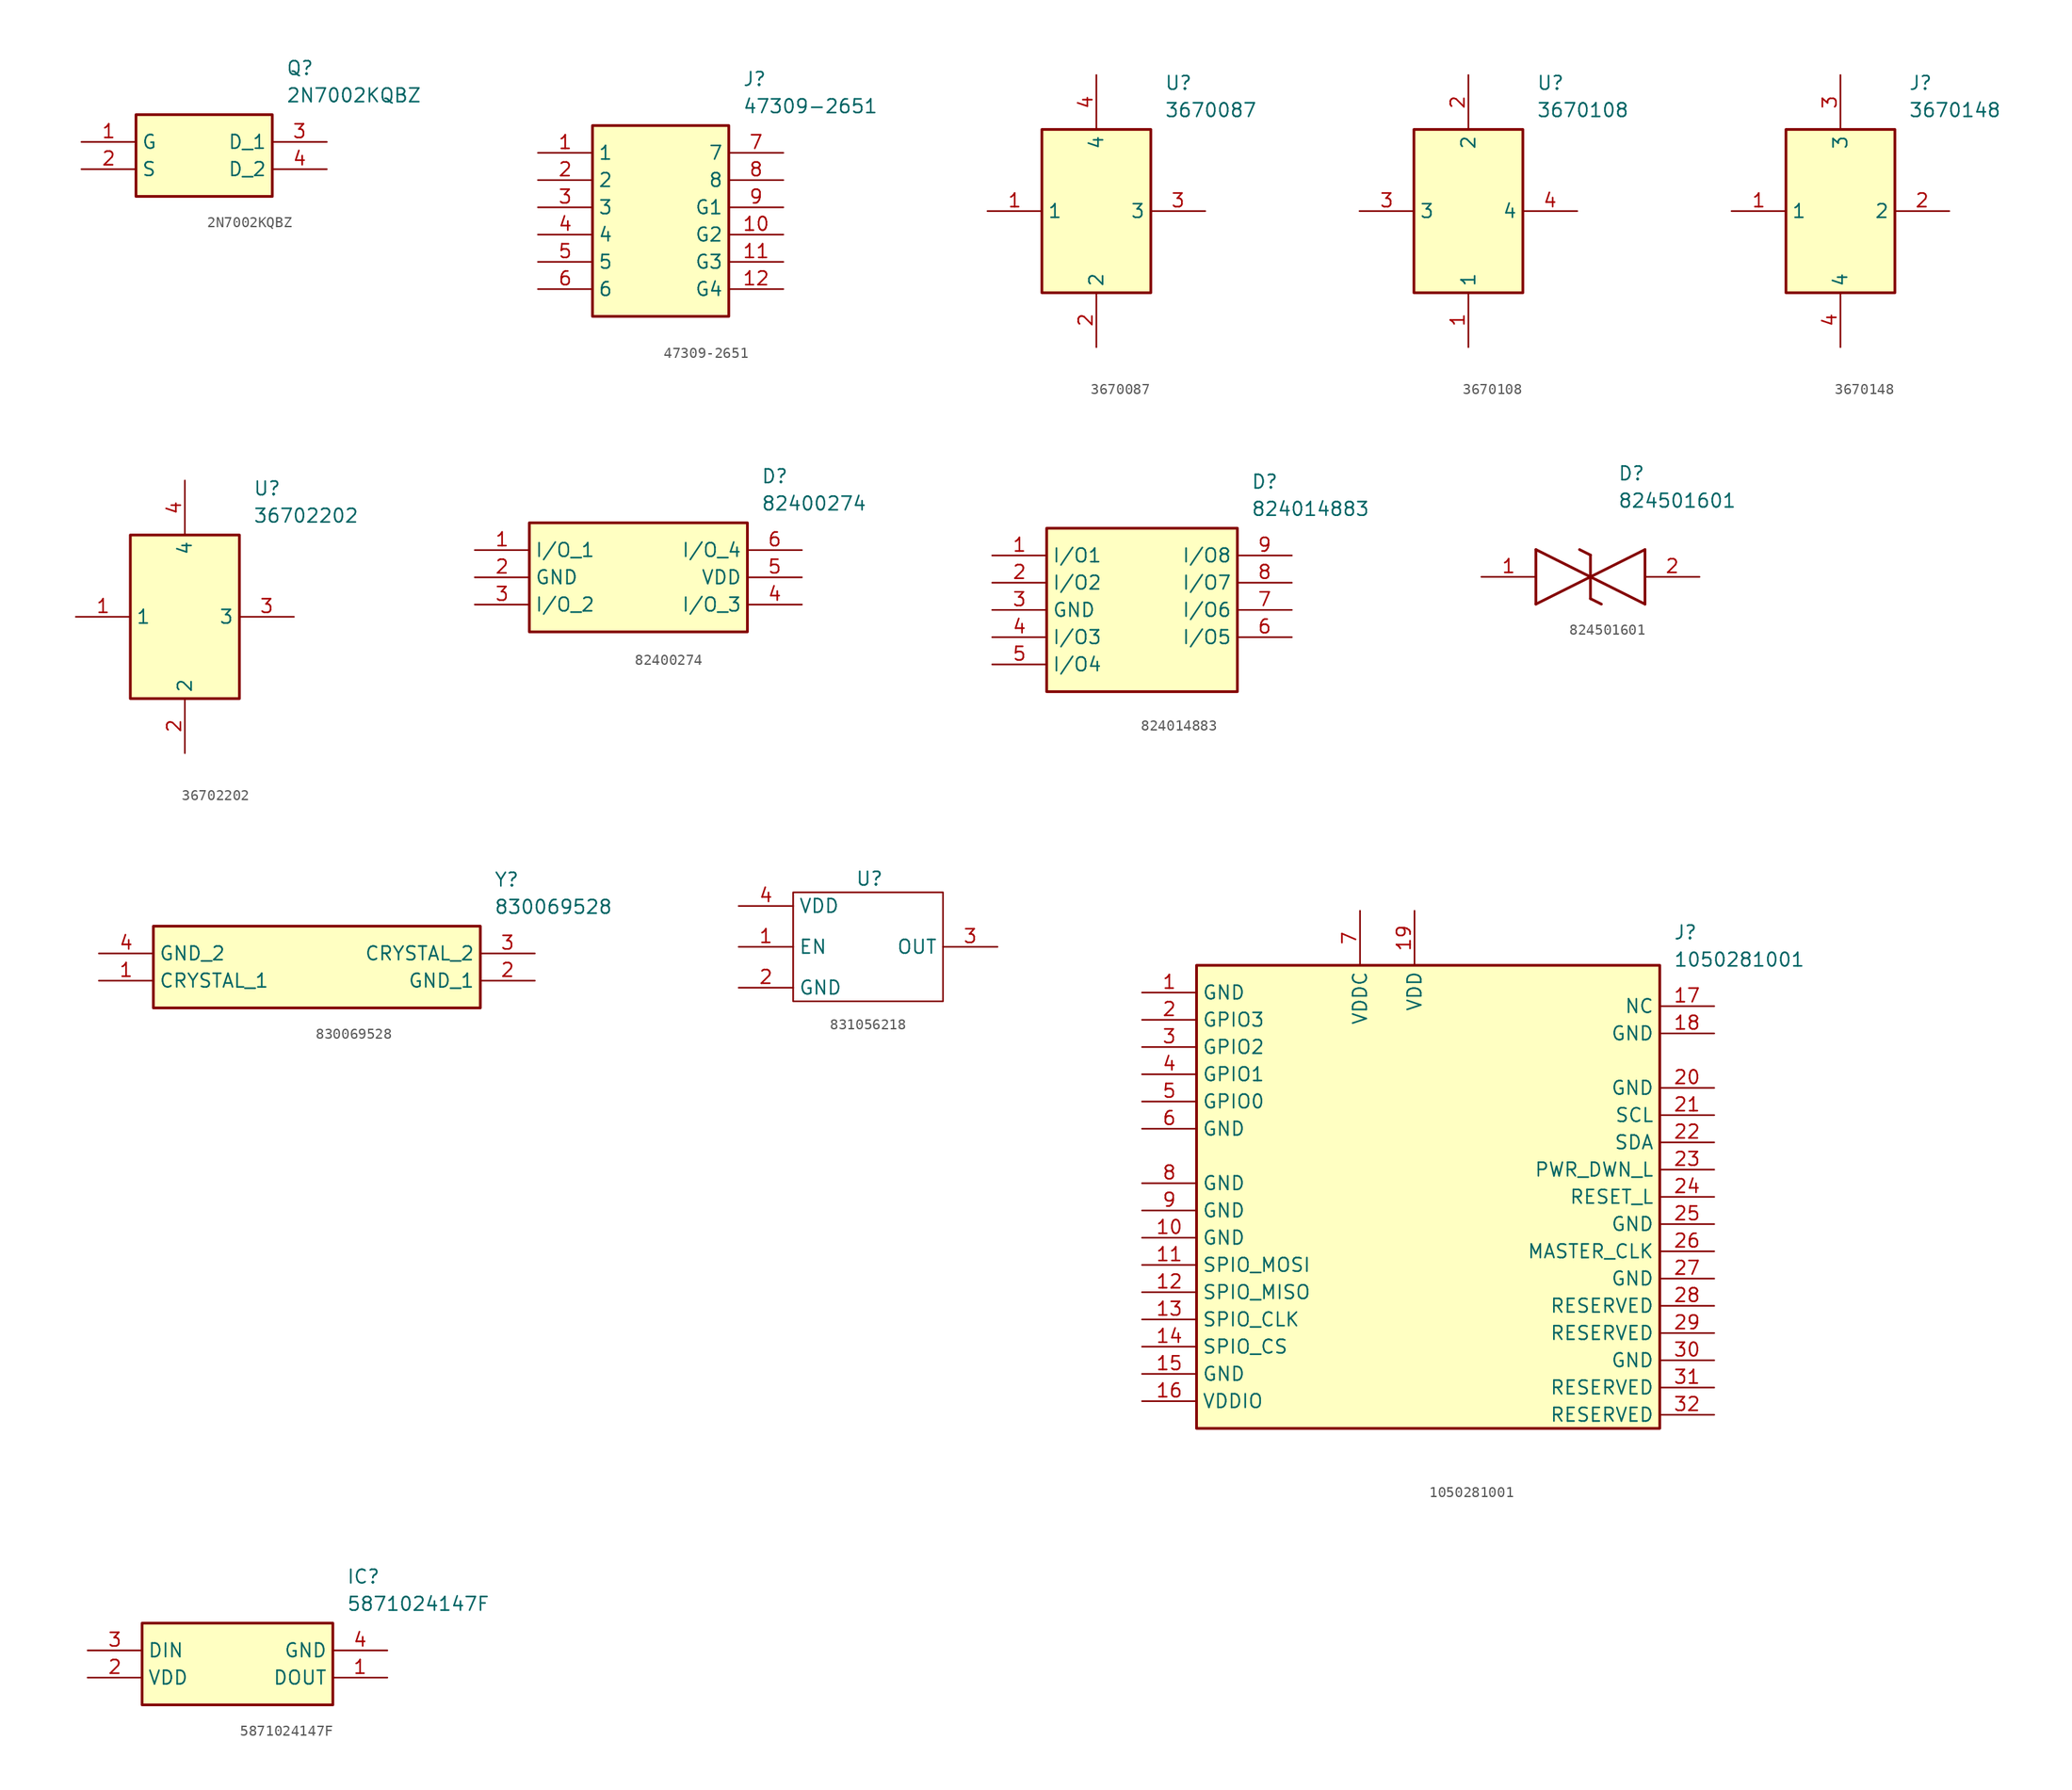
<source format=kicad_sym>
(kicad_symbol_lib
  (version 20241209)
  (generator "kicad_symbol_editor")
  (generator_version "9.0")
  (symbol "2N7002KQBZ"
    (property "Reference" "Q"
      (at 19.05 7.62 0)
      (effects (font (size 1.27 1.27)) (justify left top)))
    (property "Value" "2N7002KQBZ"
      (at 19.05 5.08 0)
      (effects (font (size 1.27 1.27)) (justify left top)))
    (symbol "2N7002KQBZ_1_1"
      (rectangle (start 5.08 2.54) (end 17.78 -5.08) (stroke (width 0.254) (type default)) (fill (type background)))
      (pin passive line (at 0 0 0) (length 5.08) (name "G" (effects (font (size 1.27 1.27)))) (number "1" (effects (font (size 1.27 1.27)))))
      (pin passive line (at 0 -2.54 0) (length 5.08) (name "S" (effects (font (size 1.27 1.27)))) (number "2" (effects (font (size 1.27 1.27)))))
      (pin passive line (at 22.86 0 180) (length 5.08) (name "D_1" (effects (font (size 1.27 1.27)))) (number "3" (effects (font (size 1.27 1.27)))))
      (pin passive line (at 22.86 -2.54 180) (length 5.08) (name "D_2" (effects (font (size 1.27 1.27)))) (number "4" (effects (font (size 1.27 1.27)))))))
  (symbol "47309-2651"
    (property "Reference" "J"
      (at 19.05 7.62 0)
      (effects (font (size 1.27 1.27)) (justify left top)))
    (property "Value" "47309-2651"
      (at 19.05 5.08 0)
      (effects (font (size 1.27 1.27)) (justify left top)))
    (symbol "47309-2651_1_1"
      (rectangle (start 5.08 2.54) (end 17.78 -15.24) (stroke (width 0.254) (type default)) (fill (type background)))
      (pin passive line (at 0 0 0) (length 5.08) (name "1" (effects (font (size 1.27 1.27)))) (number "1" (effects (font (size 1.27 1.27)))))
      (pin passive line (at 0 -2.54 0) (length 5.08) (name "2" (effects (font (size 1.27 1.27)))) (number "2" (effects (font (size 1.27 1.27)))))
      (pin passive line (at 0 -5.08 0) (length 5.08) (name "3" (effects (font (size 1.27 1.27)))) (number "3" (effects (font (size 1.27 1.27)))))
      (pin passive line (at 0 -7.62 0) (length 5.08) (name "4" (effects (font (size 1.27 1.27)))) (number "4" (effects (font (size 1.27 1.27)))))
      (pin passive line (at 0 -10.16 0) (length 5.08) (name "5" (effects (font (size 1.27 1.27)))) (number "5" (effects (font (size 1.27 1.27)))))
      (pin passive line (at 0 -12.7 0) (length 5.08) (name "6" (effects (font (size 1.27 1.27)))) (number "6" (effects (font (size 1.27 1.27)))))
      (pin passive line (at 22.86 0 180) (length 5.08) (name "7" (effects (font (size 1.27 1.27)))) (number "7" (effects (font (size 1.27 1.27)))))
      (pin passive line (at 22.86 -2.54 180) (length 5.08) (name "8" (effects (font (size 1.27 1.27)))) (number "8" (effects (font (size 1.27 1.27)))))
      (pin passive line (at 22.86 -5.08 180) (length 5.08) (name "G1" (effects (font (size 1.27 1.27)))) (number "9" (effects (font (size 1.27 1.27)))))
      (pin passive line (at 22.86 -7.62 180) (length 5.08) (name "G2" (effects (font (size 1.27 1.27)))) (number "10" (effects (font (size 1.27 1.27)))))
      (pin passive line (at 22.86 -10.16 180) (length 5.08) (name "G3" (effects (font (size 1.27 1.27)))) (number "11" (effects (font (size 1.27 1.27)))))
      (pin passive line (at 22.86 -12.7 180) (length 5.08) (name "G4" (effects (font (size 1.27 1.27)))) (number "12" (effects (font (size 1.27 1.27)))))))
  (symbol "3670087"
    (property "Reference" "U"
      (at 16.51 12.7 0)
      (effects (font (size 1.27 1.27)) (justify left top)))
    (property "Value" "3670087"
      (at 16.51 10.16 0)
      (effects (font (size 1.27 1.27)) (justify left top)))
    (symbol "3670087_1_1"
      (rectangle (start 5.08 7.62) (end 15.24 -7.62) (stroke (width 0.254) (type default)) (fill (type background)))
      (pin passive line (at 0 0 0) (length 5.08) (name "1" (effects (font (size 1.27 1.27)))) (number "1" (effects (font (size 1.27 1.27)))))
      (pin passive line (at 10.16 12.7 270) (length 5.08) (name "4" (effects (font (size 1.27 1.27)))) (number "4" (effects (font (size 1.27 1.27)))))
      (pin passive line (at 10.16 -12.7 90) (length 5.08) (name "2" (effects (font (size 1.27 1.27)))) (number "2" (effects (font (size 1.27 1.27)))))
      (pin passive line (at 20.32 0 180) (length 5.08) (name "3" (effects (font (size 1.27 1.27)))) (number "3" (effects (font (size 1.27 1.27)))))))
  (symbol "3670108"
    (property "Reference" "U"
      (at 16.51 12.7 0)
      (effects (font (size 1.27 1.27)) (justify left top)))
    (property "Value" "3670108"
      (at 16.51 10.16 0)
      (effects (font (size 1.27 1.27)) (justify left top)))
    (symbol "3670108_1_1"
      (rectangle (start 5.08 7.62) (end 15.24 -7.62) (stroke (width 0.254) (type default)) (fill (type background)))
      (pin passive line (at 0 0 0) (length 5.08) (name "3" (effects (font (size 1.27 1.27)))) (number "3" (effects (font (size 1.27 1.27)))))
      (pin passive line (at 10.16 12.7 270) (length 5.08) (name "2" (effects (font (size 1.27 1.27)))) (number "2" (effects (font (size 1.27 1.27)))))
      (pin passive line (at 10.16 -12.7 90) (length 5.08) (name "1" (effects (font (size 1.27 1.27)))) (number "1" (effects (font (size 1.27 1.27)))))
      (pin passive line (at 20.32 0 180) (length 5.08) (name "4" (effects (font (size 1.27 1.27)))) (number "4" (effects (font (size 1.27 1.27)))))))
  (symbol "3670148"
    (property "Reference" "J"
      (at 16.51 12.7 0)
      (effects (font (size 1.27 1.27)) (justify left top)))
    (property "Value" "3670148"
      (at 16.51 10.16 0)
      (effects (font (size 1.27 1.27)) (justify left top)))
    (symbol "3670148_1_1"
      (rectangle (start 5.08 7.62) (end 15.24 -7.62) (stroke (width 0.254) (type default)) (fill (type background)))
      (pin passive line (at 0 0 0) (length 5.08) (name "1" (effects (font (size 1.27 1.27)))) (number "1" (effects (font (size 1.27 1.27)))))
      (pin passive line (at 10.16 12.7 270) (length 5.08) (name "3" (effects (font (size 1.27 1.27)))) (number "3" (effects (font (size 1.27 1.27)))))
      (pin passive line (at 10.16 -12.7 90) (length 5.08) (name "4" (effects (font (size 1.27 1.27)))) (number "4" (effects (font (size 1.27 1.27)))))
      (pin passive line (at 20.32 0 180) (length 5.08) (name "2" (effects (font (size 1.27 1.27)))) (number "2" (effects (font (size 1.27 1.27)))))))
  (symbol "36702202"
    (property "Reference" "U"
      (at 16.51 12.7 0)
      (effects (font (size 1.27 1.27)) (justify left top)))
    (property "Value" "36702202"
      (at 16.51 10.16 0)
      (effects (font (size 1.27 1.27)) (justify left top)))
    (symbol "36702202_1_1"
      (rectangle (start 5.08 7.62) (end 15.24 -7.62) (stroke (width 0.254) (type default)) (fill (type background)))
      (pin passive line (at 0 0 0) (length 5.08) (name "1" (effects (font (size 1.27 1.27)))) (number "1" (effects (font (size 1.27 1.27)))))
      (pin passive line (at 10.16 12.7 270) (length 5.08) (name "4" (effects (font (size 1.27 1.27)))) (number "4" (effects (font (size 1.27 1.27)))))
      (pin passive line (at 10.16 -12.7 90) (length 5.08) (name "2" (effects (font (size 1.27 1.27)))) (number "2" (effects (font (size 1.27 1.27)))))
      (pin passive line (at 20.32 0 180) (length 5.08) (name "3" (effects (font (size 1.27 1.27)))) (number "3" (effects (font (size 1.27 1.27)))))))
  (symbol "82400274"
    (property "Reference" "D"
      (at 26.67 7.62 0)
      (effects (font (size 1.27 1.27)) (justify left top)))
    (property "Value" "82400274"
      (at 26.67 5.08 0)
      (effects (font (size 1.27 1.27)) (justify left top)))
    (symbol "82400274_1_1"
      (rectangle (start 5.08 2.54) (end 25.4 -7.62) (stroke (width 0.254) (type default)) (fill (type background)))
      (pin passive line (at 0 0 0) (length 5.08) (name "I/O_1" (effects (font (size 1.27 1.27)))) (number "1" (effects (font (size 1.27 1.27)))))
      (pin passive line (at 0 -2.54 0) (length 5.08) (name "GND" (effects (font (size 1.27 1.27)))) (number "2" (effects (font (size 1.27 1.27)))))
      (pin passive line (at 0 -5.08 0) (length 5.08) (name "I/O_2" (effects (font (size 1.27 1.27)))) (number "3" (effects (font (size 1.27 1.27)))))
      (pin passive line (at 30.48 0 180) (length 5.08) (name "I/O_4" (effects (font (size 1.27 1.27)))) (number "6" (effects (font (size 1.27 1.27)))))
      (pin passive line (at 30.48 -2.54 180) (length 5.08) (name "VDD" (effects (font (size 1.27 1.27)))) (number "5" (effects (font (size 1.27 1.27)))))
      (pin passive line (at 30.48 -5.08 180) (length 5.08) (name "I/O_3" (effects (font (size 1.27 1.27)))) (number "4" (effects (font (size 1.27 1.27)))))))
  (symbol "824014883"
    (property "Reference" "D"
      (at 24.13 7.62 0)
      (effects (font (size 1.27 1.27)) (justify left top)))
    (property "Value" "824014883"
      (at 24.13 5.08 0)
      (effects (font (size 1.27 1.27)) (justify left top)))
    (symbol "824014883_1_1"
      (rectangle (start 5.08 2.54) (end 22.86 -12.7) (stroke (width 0.254) (type default)) (fill (type background)))
      (pin passive line (at 0 0 0) (length 5.08) (name "I/O1" (effects (font (size 1.27 1.27)))) (number "1" (effects (font (size 1.27 1.27)))))
      (pin passive line (at 0 -2.54 0) (length 5.08) (name "I/O2" (effects (font (size 1.27 1.27)))) (number "2" (effects (font (size 1.27 1.27)))))
      (pin passive line (at 0 -5.08 0) (length 5.08) (name "GND" (effects (font (size 1.27 1.27)))) (number "3" (effects (font (size 1.27 1.27)))))
      (pin passive line (at 0 -7.62 0) (length 5.08) (name "I/O3" (effects (font (size 1.27 1.27)))) (number "4" (effects (font (size 1.27 1.27)))))
      (pin passive line (at 0 -10.16 0) (length 5.08) (name "I/O4" (effects (font (size 1.27 1.27)))) (number "5" (effects (font (size 1.27 1.27)))))
      (pin passive line (at 27.94 0 180) (length 5.08) (name "I/O8" (effects (font (size 1.27 1.27)))) (number "9" (effects (font (size 1.27 1.27)))))
      (pin passive line (at 27.94 -2.54 180) (length 5.08) (name "I/O7" (effects (font (size 1.27 1.27)))) (number "8" (effects (font (size 1.27 1.27)))))
      (pin passive line (at 27.94 -5.08 180) (length 5.08) (name "I/O6" (effects (font (size 1.27 1.27)))) (number "7" (effects (font (size 1.27 1.27)))))
      (pin passive line (at 27.94 -7.62 180) (length 5.08) (name "I/O5" (effects (font (size 1.27 1.27)))) (number "6" (effects (font (size 1.27 1.27)))))))
  (symbol "824501601"
    (pin_names
      (hide yes))
    (property "Reference" "D"
      (at 12.7 8.89 0)
      (effects (font (size 1.27 1.27)) (justify left bottom)))
    (property "Value" "824501601"
      (at 12.7 6.35 0)
      (effects (font (size 1.27 1.27)) (justify left bottom)))
    (symbol "824501601_1_1"
      (polyline (pts (xy 5.08 2.54) (xy 5.08 -2.54)) (stroke (width 0.254) (type default)) (fill (type none)))
      (polyline (pts (xy 5.08 2.54) (xy 10.16 0)) (stroke (width 0.254) (type default)) (fill (type none)))
      (polyline (pts (xy 9.144 2.54) (xy 10.16 2.032)) (stroke (width 0.254) (type default)) (fill (type none)))
      (polyline (pts (xy 10.16 0) (xy 5.08 -2.54)) (stroke (width 0.254) (type default)) (fill (type none)))
      (polyline (pts (xy 10.16 0) (xy 15.24 -2.54)) (stroke (width 0.254) (type default)) (fill (type none)))
      (polyline (pts (xy 10.16 -2.032) (xy 10.16 2.032)) (stroke (width 0.254) (type default)) (fill (type none)))
      (polyline (pts (xy 10.16 -2.032) (xy 11.176 -2.54)) (stroke (width 0.254) (type default)) (fill (type none)))
      (polyline (pts (xy 15.24 2.54) (xy 10.16 0)) (stroke (width 0.254) (type default)) (fill (type none)))
      (polyline (pts (xy 15.24 2.54) (xy 15.24 -2.54)) (stroke (width 0.254) (type default)) (fill (type none)))
      (pin passive line (at 0 0 0) (length 5.08) (name "1" (effects (font (size 1.27 1.27)))) (number "1" (effects (font (size 1.27 1.27)))))
      (pin passive line (at 20.32 0 180) (length 5.08) (name "2" (effects (font (size 1.27 1.27)))) (number "2" (effects (font (size 1.27 1.27)))))))
  (symbol "830069528"
    (property "Reference" "Y"
      (at 36.83 7.62 0)
      (effects (font (size 1.27 1.27)) (justify left top)))
    (property "Value" "830069528"
      (at 36.83 5.08 0)
      (effects (font (size 1.27 1.27)) (justify left top)))
    (symbol "830069528_1_1"
      (rectangle (start 5.08 2.54) (end 35.56 -5.08) (stroke (width 0.254) (type default)) (fill (type background)))
      (pin passive line (at 0 0 0) (length 5.08) (name "GND_2" (effects (font (size 1.27 1.27)))) (number "4" (effects (font (size 1.27 1.27)))))
      (pin passive line (at 0 -2.54 0) (length 5.08) (name "CRYSTAL_1" (effects (font (size 1.27 1.27)))) (number "1" (effects (font (size 1.27 1.27)))))
      (pin passive line (at 40.64 0 180) (length 5.08) (name "CRYSTAL_2" (effects (font (size 1.27 1.27)))) (number "3" (effects (font (size 1.27 1.27)))))
      (pin passive line (at 40.64 -2.54 180) (length 5.08) (name "GND_1" (effects (font (size 1.27 1.27)))) (number "2" (effects (font (size 1.27 1.27)))))))
  (symbol "831056218"
    (property "Reference" "U"
      (at 4.572 6.35 0)
      (effects (font (size 1.27 1.27))))
    (property "Value" ""
      (at 0 0 0)
      (effects (font (size 1.27 1.27))))
    (symbol "831056218_0_1"
      (rectangle (start -2.54 5.08) (end 11.43 -5.08) (stroke (width 0) (type default)) (fill (type none))))
    (symbol "831056218_1_1"
      (pin passive line (at -7.62 3.81 0) (length 5.08) (name "VDD" (effects (font (size 1.27 1.27)))) (number "4" (effects (font (size 1.27 1.27)))))
      (pin passive line (at -7.62 0 0) (length 5.08) (name "EN" (effects (font (size 1.27 1.27)))) (number "1" (effects (font (size 1.27 1.27)))))
      (pin passive line (at -7.62 -3.81 0) (length 5.08) (name "GND" (effects (font (size 1.27 1.27)))) (number "2" (effects (font (size 1.27 1.27)))))
      (pin passive line (at 16.51 0 180) (length 5.08) (name "OUT" (effects (font (size 1.27 1.27)))) (number "3" (effects (font (size 1.27 1.27)))))))
  (symbol "1050281001"
    (property "Reference" "J"
      (at 49.53 6.35 0)
      (effects (font (size 1.27 1.27)) (justify left top)))
    (property "Value" "1050281001"
      (at 49.53 3.81 0)
      (effects (font (size 1.27 1.27)) (justify left top)))
    (symbol "1050281001_1_1"
      (rectangle (start 5.08 2.54) (end 48.26 -40.64) (stroke (width 0.254) (type default)) (fill (type background)))
      (pin passive line (at 0 0 0) (length 5.08) (name "GND" (effects (font (size 1.27 1.27)))) (number "1" (effects (font (size 1.27 1.27)))))
      (pin passive line (at 0 -2.54 0) (length 5.08) (name "GPIO3" (effects (font (size 1.27 1.27)))) (number "2" (effects (font (size 1.27 1.27)))))
      (pin passive line (at 0 -5.08 0) (length 5.08) (name "GPIO2" (effects (font (size 1.27 1.27)))) (number "3" (effects (font (size 1.27 1.27)))))
      (pin passive line (at 0 -7.62 0) (length 5.08) (name "GPIO1" (effects (font (size 1.27 1.27)))) (number "4" (effects (font (size 1.27 1.27)))))
      (pin passive line (at 0 -10.16 0) (length 5.08) (name "GPIO0" (effects (font (size 1.27 1.27)))) (number "5" (effects (font (size 1.27 1.27)))))
      (pin passive line (at 0 -12.7 0) (length 5.08) (name "GND" (effects (font (size 1.27 1.27)))) (number "6" (effects (font (size 1.27 1.27)))))
      (pin passive line (at 0 -17.78 0) (length 5.08) (name "GND" (effects (font (size 1.27 1.27)))) (number "8" (effects (font (size 1.27 1.27)))))
      (pin passive line (at 0 -20.32 0) (length 5.08) (name "GND" (effects (font (size 1.27 1.27)))) (number "9" (effects (font (size 1.27 1.27)))))
      (pin passive line (at 0 -22.86 0) (length 5.08) (name "GND" (effects (font (size 1.27 1.27)))) (number "10" (effects (font (size 1.27 1.27)))))
      (pin passive line (at 0 -25.4 0) (length 5.08) (name "SPIO_MOSI" (effects (font (size 1.27 1.27)))) (number "11" (effects (font (size 1.27 1.27)))))
      (pin passive line (at 0 -27.94 0) (length 5.08) (name "SPIO_MISO" (effects (font (size 1.27 1.27)))) (number "12" (effects (font (size 1.27 1.27)))))
      (pin passive line (at 0 -30.48 0) (length 5.08) (name "SPIO_CLK" (effects (font (size 1.27 1.27)))) (number "13" (effects (font (size 1.27 1.27)))))
      (pin passive line (at 0 -33.02 0) (length 5.08) (name "SPIO_CS" (effects (font (size 1.27 1.27)))) (number "14" (effects (font (size 1.27 1.27)))))
      (pin passive line (at 0 -35.56 0) (length 5.08) (name "GND" (effects (font (size 1.27 1.27)))) (number "15" (effects (font (size 1.27 1.27)))))
      (pin passive line (at 0 -38.1 0) (length 5.08) (name "VDDIO" (effects (font (size 1.27 1.27)))) (number "16" (effects (font (size 1.27 1.27)))))
      (pin passive line (at 20.32 7.62 270) (length 5.08) (name "VDDC" (effects (font (size 1.27 1.27)))) (number "7" (effects (font (size 1.27 1.27)))))
      (pin passive line (at 25.4 7.62 270) (length 5.08) (name "VDD" (effects (font (size 1.27 1.27)))) (number "19" (effects (font (size 1.27 1.27)))))
      (pin passive line (at 53.34 -1.27 180) (length 5.08) (name "NC" (effects (font (size 1.27 1.27)))) (number "17" (effects (font (size 1.27 1.27)))))
      (pin passive line (at 53.34 -3.81 180) (length 5.08) (name "GND" (effects (font (size 1.27 1.27)))) (number "18" (effects (font (size 1.27 1.27)))))
      (pin passive line (at 53.34 -8.89 180) (length 5.08) (name "GND" (effects (font (size 1.27 1.27)))) (number "20" (effects (font (size 1.27 1.27)))))
      (pin passive line (at 53.34 -11.43 180) (length 5.08) (name "SCL" (effects (font (size 1.27 1.27)))) (number "21" (effects (font (size 1.27 1.27)))))
      (pin passive line (at 53.34 -13.97 180) (length 5.08) (name "SDA" (effects (font (size 1.27 1.27)))) (number "22" (effects (font (size 1.27 1.27)))))
      (pin passive line (at 53.34 -16.51 180) (length 5.08) (name "PWR_DWN_L" (effects (font (size 1.27 1.27)))) (number "23" (effects (font (size 1.27 1.27)))))
      (pin passive line (at 53.34 -19.05 180) (length 5.08) (name "RESET_L" (effects (font (size 1.27 1.27)))) (number "24" (effects (font (size 1.27 1.27)))))
      (pin passive line (at 53.34 -21.59 180) (length 5.08) (name "GND" (effects (font (size 1.27 1.27)))) (number "25" (effects (font (size 1.27 1.27)))))
      (pin passive line (at 53.34 -24.13 180) (length 5.08) (name "MASTER_CLK" (effects (font (size 1.27 1.27)))) (number "26" (effects (font (size 1.27 1.27)))))
      (pin passive line (at 53.34 -26.67 180) (length 5.08) (name "GND" (effects (font (size 1.27 1.27)))) (number "27" (effects (font (size 1.27 1.27)))))
      (pin passive line (at 53.34 -29.21 180) (length 5.08) (name "RESERVED" (effects (font (size 1.27 1.27)))) (number "28" (effects (font (size 1.27 1.27)))))
      (pin passive line (at 53.34 -31.75 180) (length 5.08) (name "RESERVED" (effects (font (size 1.27 1.27)))) (number "29" (effects (font (size 1.27 1.27)))))
      (pin passive line (at 53.34 -34.29 180) (length 5.08) (name "GND" (effects (font (size 1.27 1.27)))) (number "30" (effects (font (size 1.27 1.27)))))
      (pin passive line (at 53.34 -36.83 180) (length 5.08) (name "RESERVED" (effects (font (size 1.27 1.27)))) (number "31" (effects (font (size 1.27 1.27)))))
      (pin passive line (at 53.34 -39.37 180) (length 5.08) (name "RESERVED" (effects (font (size 1.27 1.27)))) (number "32" (effects (font (size 1.27 1.27)))))))
  (symbol "5871024147F"
    (property "Reference" "IC"
      (at 24.13 7.62 0)
      (effects (font (size 1.27 1.27)) (justify left top)))
    (property "Value" "5871024147F"
      (at 24.13 5.08 0)
      (effects (font (size 1.27 1.27)) (justify left top)))
    (symbol "5871024147F_1_1"
      (rectangle (start 5.08 2.54) (end 22.86 -5.08) (stroke (width 0.254) (type default)) (fill (type background)))
      (pin passive line (at 0 0 0) (length 5.08) (name "DIN" (effects (font (size 1.27 1.27)))) (number "3" (effects (font (size 1.27 1.27)))))
      (pin passive line (at 0 -2.54 0) (length 5.08) (name "VDD" (effects (font (size 1.27 1.27)))) (number "2" (effects (font (size 1.27 1.27)))))
      (pin passive line (at 27.94 0 180) (length 5.08) (name "GND" (effects (font (size 1.27 1.27)))) (number "4" (effects (font (size 1.27 1.27)))))
      (pin passive line (at 27.94 -2.54 180) (length 5.08) (name "DOUT" (effects (font (size 1.27 1.27)))) (number "1" (effects (font (size 1.27 1.27))))))))
</source>
